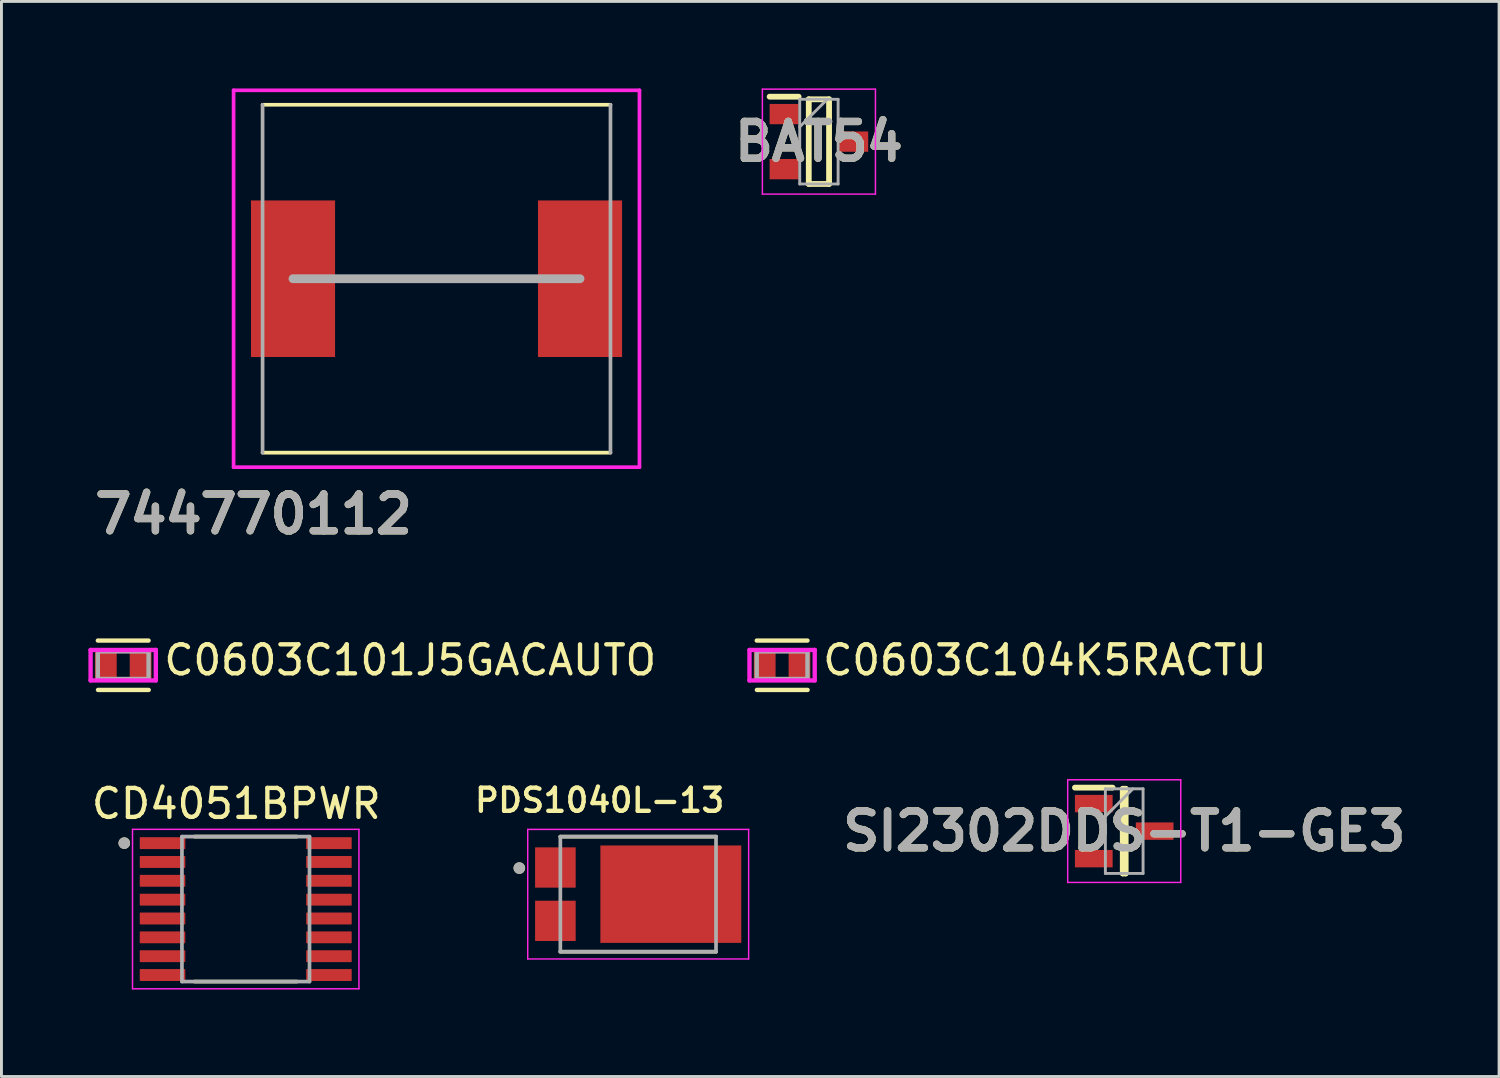
<source format=kicad_pcb>
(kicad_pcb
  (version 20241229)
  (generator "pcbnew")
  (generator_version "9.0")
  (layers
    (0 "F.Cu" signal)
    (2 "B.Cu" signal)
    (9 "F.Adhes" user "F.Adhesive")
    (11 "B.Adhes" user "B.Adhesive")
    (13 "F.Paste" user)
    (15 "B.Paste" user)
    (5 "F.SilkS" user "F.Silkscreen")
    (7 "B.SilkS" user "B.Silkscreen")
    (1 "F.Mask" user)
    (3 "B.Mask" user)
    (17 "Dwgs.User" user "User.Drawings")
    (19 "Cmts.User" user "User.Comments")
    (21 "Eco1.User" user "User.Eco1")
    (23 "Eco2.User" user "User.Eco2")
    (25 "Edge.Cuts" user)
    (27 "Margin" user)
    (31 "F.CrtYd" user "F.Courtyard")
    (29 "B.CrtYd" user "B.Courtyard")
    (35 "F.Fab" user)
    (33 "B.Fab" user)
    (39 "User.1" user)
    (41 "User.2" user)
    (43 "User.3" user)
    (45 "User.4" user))
  (footprint "C0603C101J5GACAUTO"
    (layer "F.Cu")
    (at 1.2 19.895)
    (property "Reference" "C0603C101J5GACAUTO" (at 1.325 -0.175 0) (layer "F.SilkS") (effects (font (size 1 1) (thickness 0.15)) (justify left)))
    (attr through_hole)
    (fp_line (start -0.875 -0.85) (end 0.875 -0.85) (stroke (width 0.15) (type solid)) (layer "F.SilkS"))
    (fp_line (start -0.87 0.853) (end 0.88 0.853) (stroke (width 0.15) (type solid)) (layer "F.SilkS"))
    (fp_line (start -1.125 -0.525) (end -1.125 0.525) (stroke (width 0.15) (type solid)) (layer "F.CrtYd"))
    (fp_line (start -1.125 0.525) (end 1.125 0.525) (stroke (width 0.15) (type solid)) (layer "F.CrtYd"))
    (fp_line (start 1.125 -0.525) (end -1.125 -0.525) (stroke (width 0.15) (type solid)) (layer "F.CrtYd"))
    (fp_line (start 1.125 -0.525) (end 1.125 -0.525) (stroke (width 0.15) (type solid)) (layer "F.CrtYd"))
    (fp_line (start 1.125 0.525) (end 1.125 -0.525) (stroke (width 0.15) (type solid)) (layer "F.CrtYd"))
    (fp_line (start -0.875 -0.475) (end 0.875 -0.475) (stroke (width 0.15) (type solid)) (layer "F.Fab"))
    (fp_line (start -0.875 0.475) (end -0.875 -0.475) (stroke (width 0.15) (type solid)) (layer "F.Fab"))
    (fp_line (start 0.875 -0.475) (end 0.875 0.475) (stroke (width 0.15) (type solid)) (layer "F.Fab"))
    (fp_line (start 0.875 0.475) (end -0.875 0.475) (stroke (width 0.15) (type solid)) (layer "F.Fab"))
    (pad "1" smd rect (at -0.6 0) (size 0.75 0.9) (layers "F.Cu" "F.Mask" "F.Paste"))
    (pad "2" smd rect (at 0.6 0) (size 0.75 0.9) (layers "F.Cu" "F.Mask" "F.Paste")))
  (footprint "CD4051BPWR"
    (layer "F.Cu")
    (at 5.426 28.307)
    (property "Reference" "CD4051BPWR" (at -0.325 -3.635 0) (layer "F.SilkS") (effects (font (size 1 1) (thickness 0.15))))
    (attr smd)
    (fp_line (start -1.765 -2.5) (end 1.765 -2.5) (stroke (width 0.127) (type solid)) (layer "F.SilkS"))
    (fp_line (start 1.765 2.5) (end -1.765 2.5) (stroke (width 0.127) (type solid)) (layer "F.SilkS"))
    (fp_circle (center -4.19 -2.275) (end -4.09 -2.275) (stroke (width 0.2) (type solid)) (fill no) (layer "F.SilkS"))
    (fp_line (start -3.905 -2.75) (end -3.905 2.75) (stroke (width 0.05) (type solid)) (layer "F.CrtYd"))
    (fp_line (start -3.905 -2.75) (end 3.905 -2.75) (stroke (width 0.05) (type solid)) (layer "F.CrtYd"))
    (fp_line (start -3.905 2.75) (end 3.905 2.75) (stroke (width 0.05) (type solid)) (layer "F.CrtYd"))
    (fp_line (start 3.905 -2.75) (end 3.905 2.75) (stroke (width 0.05) (type solid)) (layer "F.CrtYd"))
    (fp_line (start -2.2 -2.5) (end -2.2 2.5) (stroke (width 0.127) (type solid)) (layer "F.Fab"))
    (fp_line (start -2.2 -2.5) (end 2.2 -2.5) (stroke (width 0.127) (type solid)) (layer "F.Fab"))
    (fp_line (start -2.2 2.5) (end 2.2 2.5) (stroke (width 0.127) (type solid)) (layer "F.Fab"))
    (fp_line (start 2.2 -2.5) (end 2.2 2.5) (stroke (width 0.127) (type solid)) (layer "F.Fab"))
    (fp_circle (center -4.19 -2.275) (end -4.09 -2.275) (stroke (width 0.2) (type solid)) (fill no) (layer "F.Fab"))
    (pad "1" smd roundrect (at -2.87 -2.275) (size 1.57 0.41) (layers "F.Cu" "F.Mask" "F.Paste") (roundrect_rratio 0.05))
    (pad "2" smd roundrect (at -2.87 -1.625) (size 1.57 0.41) (layers "F.Cu" "F.Mask" "F.Paste") (roundrect_rratio 0.05))
    (pad "3" smd roundrect (at -2.87 -0.975) (size 1.57 0.41) (layers "F.Cu" "F.Mask" "F.Paste") (roundrect_rratio 0.05))
    (pad "4" smd roundrect (at -2.87 -0.325) (size 1.57 0.41) (layers "F.Cu" "F.Mask" "F.Paste") (roundrect_rratio 0.05))
    (pad "5" smd roundrect (at -2.87 0.325) (size 1.57 0.41) (layers "F.Cu" "F.Mask" "F.Paste") (roundrect_rratio 0.05))
    (pad "6" smd roundrect (at -2.87 0.975) (size 1.57 0.41) (layers "F.Cu" "F.Mask" "F.Paste") (roundrect_rratio 0.05))
    (pad "7" smd roundrect (at -2.87 1.625) (size 1.57 0.41) (layers "F.Cu" "F.Mask" "F.Paste") (roundrect_rratio 0.05))
    (pad "8" smd roundrect (at -2.87 2.275) (size 1.57 0.41) (layers "F.Cu" "F.Mask" "F.Paste") (roundrect_rratio 0.05))
    (pad "9" smd roundrect (at 2.87 2.275) (size 1.57 0.41) (layers "F.Cu" "F.Mask" "F.Paste") (roundrect_rratio 0.05))
    (pad "10" smd roundrect (at 2.87 1.625) (size 1.57 0.41) (layers "F.Cu" "F.Mask" "F.Paste") (roundrect_rratio 0.05))
    (pad "11" smd roundrect (at 2.87 0.975) (size 1.57 0.41) (layers "F.Cu" "F.Mask" "F.Paste") (roundrect_rratio 0.05))
    (pad "12" smd roundrect (at 2.87 0.325) (size 1.57 0.41) (layers "F.Cu" "F.Mask" "F.Paste") (roundrect_rratio 0.05))
    (pad "13" smd roundrect (at 2.87 -0.325) (size 1.57 0.41) (layers "F.Cu" "F.Mask" "F.Paste") (roundrect_rratio 0.05))
    (pad "14" smd roundrect (at 2.87 -0.975) (size 1.57 0.41) (layers "F.Cu" "F.Mask" "F.Paste") (roundrect_rratio 0.05))
    (pad "15" smd roundrect (at 2.87 -1.625) (size 1.57 0.41) (layers "F.Cu" "F.Mask" "F.Paste") (roundrect_rratio 0.05))
    (pad "16" smd roundrect (at 2.87 -2.275) (size 1.57 0.41) (layers "F.Cu" "F.Mask" "F.Paste") (roundrect_rratio 0.05)))
  (footprint "SI2302DDS-T1-GE3"
    (layer "F.Cu")
    (at 35.728 25.618)
    (property "Reference" "SI2302DDS-T1-GE3" (at 0 0 0) (layer "F.SilkS") (effects (font (size 1.27 1.27) (thickness 0.254))))
    (attr smd)
    (fp_line (start -1.7 -1.5) (end -0.4 -1.5) (stroke (width 0.2) (type solid)) (layer "F.SilkS"))
    (fp_line (start -0.05 -1.46) (end 0.05 -1.46) (stroke (width 0.2) (type solid)) (layer "F.SilkS"))
    (fp_line (start -0.05 1.46) (end -0.05 -1.46) (stroke (width 0.2) (type solid)) (layer "F.SilkS"))
    (fp_line (start 0.05 -1.46) (end 0.05 1.46) (stroke (width 0.2) (type solid)) (layer "F.SilkS"))
    (fp_line (start 0.05 1.46) (end -0.05 1.46) (stroke (width 0.2) (type solid)) (layer "F.SilkS"))
    (fp_line (start -1.95 -1.77) (end 1.95 -1.77) (stroke (width 0.05) (type solid)) (layer "F.CrtYd"))
    (fp_line (start -1.95 1.77) (end -1.95 -1.77) (stroke (width 0.05) (type solid)) (layer "F.CrtYd"))
    (fp_line (start 1.95 -1.77) (end 1.95 1.77) (stroke (width 0.05) (type solid)) (layer "F.CrtYd"))
    (fp_line (start 1.95 1.77) (end -1.95 1.77) (stroke (width 0.05) (type solid)) (layer "F.CrtYd"))
    (fp_line (start -0.65 -1.46) (end 0.65 -1.46) (stroke (width 0.1) (type solid)) (layer "F.Fab"))
    (fp_line (start -0.65 -0.51) (end 0.3 -1.46) (stroke (width 0.1) (type solid)) (layer "F.Fab"))
    (fp_line (start -0.65 1.46) (end -0.65 -1.46) (stroke (width 0.1) (type solid)) (layer "F.Fab"))
    (fp_line (start 0.65 -1.46) (end 0.65 1.46) (stroke (width 0.1) (type solid)) (layer "F.Fab"))
    (fp_line (start 0.65 1.46) (end -0.65 1.46) (stroke (width 0.1) (type solid)) (layer "F.Fab"))
    (fp_text user "${REFERENCE}" (at 0 0 0) (layer "F.Fab") (effects (font (size 1.27 1.27) (thickness 0.254))))
    (pad "1" smd rect (at -1.05 -0.95 90) (size 0.6 1.3) (layers "F.Cu" "F.Mask" "F.Paste"))
    (pad "2" smd rect (at -1.05 0.95 90) (size 0.6 1.3) (layers "F.Cu" "F.Mask" "F.Paste"))
    (pad "3" smd rect (at 1.05 0 90) (size 0.6 1.3) (layers "F.Cu" "F.Mask" "F.Paste")))
  (footprint "C0603C104K5RACTU"
    (layer "F.Cu")
    (at 23.927 19.895)
    (property "Reference" "C0603C104K5RACTU" (at 1.325 -0.175 0) (layer "F.SilkS") (effects (font (size 1 1) (thickness 0.15)) (justify left)))
    (attr through_hole)
    (fp_line (start -0.875 -0.85) (end 0.875 -0.85) (stroke (width 0.15) (type solid)) (layer "F.SilkS"))
    (fp_line (start -0.87 0.853) (end 0.88 0.853) (stroke (width 0.15) (type solid)) (layer "F.SilkS"))
    (fp_line (start -1.125 -0.525) (end -1.125 0.525) (stroke (width 0.15) (type solid)) (layer "F.CrtYd"))
    (fp_line (start -1.125 0.525) (end 1.125 0.525) (stroke (width 0.15) (type solid)) (layer "F.CrtYd"))
    (fp_line (start 1.125 -0.525) (end -1.125 -0.525) (stroke (width 0.15) (type solid)) (layer "F.CrtYd"))
    (fp_line (start 1.125 -0.525) (end 1.125 -0.525) (stroke (width 0.15) (type solid)) (layer "F.CrtYd"))
    (fp_line (start 1.125 0.525) (end 1.125 -0.525) (stroke (width 0.15) (type solid)) (layer "F.CrtYd"))
    (fp_line (start -0.875 -0.475) (end 0.875 -0.475) (stroke (width 0.15) (type solid)) (layer "F.Fab"))
    (fp_line (start -0.875 0.475) (end -0.875 -0.475) (stroke (width 0.15) (type solid)) (layer "F.Fab"))
    (fp_line (start 0.875 -0.475) (end 0.875 0.475) (stroke (width 0.15) (type solid)) (layer "F.Fab"))
    (fp_line (start 0.875 0.475) (end -0.875 0.475) (stroke (width 0.15) (type solid)) (layer "F.Fab"))
    (pad "1" smd rect (at -0.6 0) (size 0.75 0.9) (layers "F.Cu" "F.Mask" "F.Paste"))
    (pad "2" smd rect (at 0.6 0) (size 0.75 0.9) (layers "F.Cu" "F.Mask" "F.Paste")))
  (footprint "744770112"
    (layer "F.Cu")
    (at 12.007 6.564)
    (property "Reference" "744770112" (at -6.31 8.12 0) (layer "F.SilkS") (effects (font (size 1.27 1.27) (thickness 0.254))))
    (attr smd)
    (fp_line (start -6 6) (end 6 6) (stroke (width 0.127) (type solid)) (layer "F.SilkS"))
    (fp_line (start 6 -6) (end -6 -6) (stroke (width 0.127) (type solid)) (layer "F.SilkS"))
    (fp_line (start -7 -6.5) (end -7 6.5) (stroke (width 0.127) (type solid)) (layer "F.CrtYd"))
    (fp_line (start -7 6.5) (end 7 6.5) (stroke (width 0.127) (type solid)) (layer "F.CrtYd"))
    (fp_line (start 7 -6.5) (end -7 -6.5) (stroke (width 0.127) (type solid)) (layer "F.CrtYd"))
    (fp_line (start 7 6.5) (end 7 -6.5) (stroke (width 0.127) (type solid)) (layer "F.CrtYd"))
    (fp_line (start -6 -6) (end -6 6) (stroke (width 0.127) (type solid)) (layer "F.Fab"))
    (fp_line (start 4.95 0) (end -4.95 0) (stroke (width 0.305) (type solid)) (layer "F.Fab"))
    (fp_line (start 6 6) (end 6 -6) (stroke (width 0.127) (type solid)) (layer "F.Fab"))
    (fp_text user "${REFERENCE}" (at -6.31 8.12 0) (layer "F.Fab") (effects (font (size 1.27 1.27) (thickness 0.254))))
    (pad "1" smd rect (at -4.95 0) (size 2.9 5.4) (layers "F.Cu" "F.Mask" "F.Paste"))
    (pad "2" smd rect (at 4.95 0) (size 2.9 5.4) (layers "F.Cu" "F.Mask" "F.Paste")))
  (footprint "BAT54"
    (layer "F.Cu")
    (at 25.197 1.835)
    (property "Reference" "BAT54" (at 0 0 0) (layer "F.SilkS") (effects (font (size 1.27 1.27) (thickness 0.254))))
    (attr smd)
    (fp_line (start -1.7 -1.55) (end -0.7 -1.55) (stroke (width 0.2) (type solid)) (layer "F.SilkS"))
    (fp_line (start -0.35 -1.46) (end 0.35 -1.46) (stroke (width 0.2) (type solid)) (layer "F.SilkS"))
    (fp_line (start -0.35 1.46) (end -0.35 -1.46) (stroke (width 0.2) (type solid)) (layer "F.SilkS"))
    (fp_line (start 0.35 -1.46) (end 0.35 1.46) (stroke (width 0.2) (type solid)) (layer "F.SilkS"))
    (fp_line (start 0.35 1.46) (end -0.35 1.46) (stroke (width 0.2) (type solid)) (layer "F.SilkS"))
    (fp_line (start -1.95 -1.81) (end 1.95 -1.81) (stroke (width 0.05) (type solid)) (layer "F.CrtYd"))
    (fp_line (start -1.95 1.81) (end -1.95 -1.81) (stroke (width 0.05) (type solid)) (layer "F.CrtYd"))
    (fp_line (start 1.95 -1.81) (end 1.95 1.81) (stroke (width 0.05) (type solid)) (layer "F.CrtYd"))
    (fp_line (start 1.95 1.81) (end -1.95 1.81) (stroke (width 0.05) (type solid)) (layer "F.CrtYd"))
    (fp_line (start -0.662 -1.46) (end 0.662 -1.46) (stroke (width 0.1) (type solid)) (layer "F.Fab"))
    (fp_line (start -0.662 -0.51) (end 0.288 -1.46) (stroke (width 0.1) (type solid)) (layer "F.Fab"))
    (fp_line (start -0.662 1.46) (end -0.662 -1.46) (stroke (width 0.1) (type solid)) (layer "F.Fab"))
    (fp_line (start 0.662 -1.46) (end 0.662 1.46) (stroke (width 0.1) (type solid)) (layer "F.Fab"))
    (fp_line (start 0.662 1.46) (end -0.662 1.46) (stroke (width 0.1) (type solid)) (layer "F.Fab"))
    (fp_text user "${REFERENCE}" (at 0 0 0) (layer "F.Fab") (effects (font (size 1.27 1.27) (thickness 0.254))))
    (pad "1" smd rect (at -1.2 -0.95 90) (size 0.7 1) (layers "F.Cu" "F.Mask" "F.Paste"))
    (pad "2" smd rect (at -1.2 0.95 90) (size 0.7 1) (layers "F.Cu" "F.Mask" "F.Paste"))
    (pad "3" smd rect (at 1.2 0 90) (size 0.7 1) (layers "F.Cu" "F.Mask" "F.Paste")))
  (footprint "PDS1040L-13"
    (layer "F.Cu")
    (at 18.963 27.793)
    (property "Reference" "PDS1040L-13" (at -1.33 -3.238 0) (layer "F.SilkS") (effects (font (size 0.8 0.8) (thickness 0.15))))
    (attr smd)
    (fp_line (start -2.685 -1.985) (end 2.685 -1.985) (stroke (width 0.127) (type solid)) (layer "F.SilkS"))
    (fp_line (start 2.685 1.985) (end -2.685 1.985) (stroke (width 0.127) (type solid)) (layer "F.SilkS"))
    (fp_circle (center -4.1 -0.9) (end -4 -0.9) (stroke (width 0.2) (type solid)) (fill no) (layer "F.SilkS"))
    (fp_poly (pts (xy 0.066 -1.54) (xy 2.186 -1.54) (xy 2.186 1.54) (xy 0.066 1.54)) (stroke (width 0.01) (type solid)) (fill yes) (layer "F.Paste"))
    (fp_line (start -3.81 -2.235) (end 3.81 -2.235) (stroke (width 0.05) (type solid)) (layer "F.CrtYd"))
    (fp_line (start -3.81 2.235) (end -3.81 -2.235) (stroke (width 0.05) (type solid)) (layer "F.CrtYd"))
    (fp_line (start 3.81 -2.235) (end 3.81 2.235) (stroke (width 0.05) (type solid)) (layer "F.CrtYd"))
    (fp_line (start 3.81 2.235) (end -3.81 2.235) (stroke (width 0.05) (type solid)) (layer "F.CrtYd"))
    (fp_line (start -2.685 -1.985) (end 2.685 -1.985) (stroke (width 0.127) (type solid)) (layer "F.Fab"))
    (fp_line (start -2.685 1.985) (end -2.685 -1.985) (stroke (width 0.127) (type solid)) (layer "F.Fab"))
    (fp_line (start 2.685 -1.985) (end 2.685 1.985) (stroke (width 0.127) (type solid)) (layer "F.Fab"))
    (fp_line (start 2.685 1.985) (end -2.685 1.985) (stroke (width 0.127) (type solid)) (layer "F.Fab"))
    (fp_circle (center -4.1 -0.9) (end -4 -0.9) (stroke (width 0.2) (type solid)) (fill no) (layer "F.Fab"))
    (pad "1" smd rect (at -2.856 -0.92) (size 1.4 1.39) (layers "F.Cu" "F.Mask" "F.Paste"))
    (pad "2" smd rect (at -2.856 0.92) (size 1.4 1.39) (layers "F.Cu" "F.Mask" "F.Paste"))
    (pad "3" smd rect (at 1.126 0) (size 4.86 3.36) (layers "F.Cu" "F.Mask")))
  (gr_rect
    (start -3 -3)
    (end 48.658 34.082)
    (stroke (width 0.1) (type default))
    (fill no)
    (layer "Edge.Cuts")))
</source>
